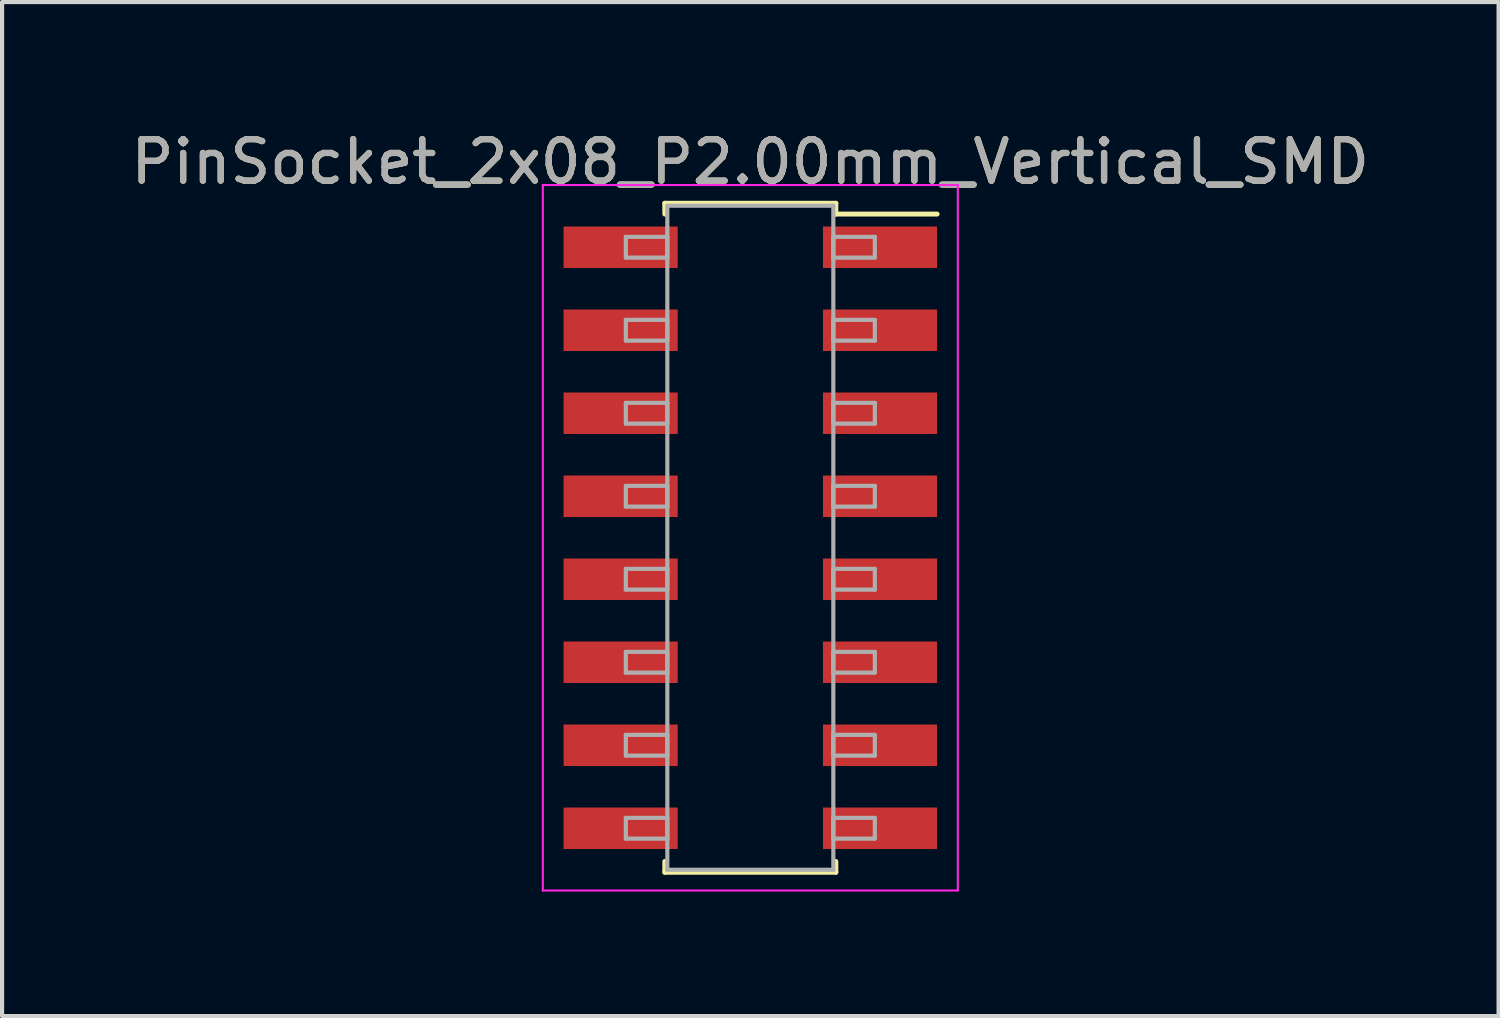
<source format=kicad_pcb>
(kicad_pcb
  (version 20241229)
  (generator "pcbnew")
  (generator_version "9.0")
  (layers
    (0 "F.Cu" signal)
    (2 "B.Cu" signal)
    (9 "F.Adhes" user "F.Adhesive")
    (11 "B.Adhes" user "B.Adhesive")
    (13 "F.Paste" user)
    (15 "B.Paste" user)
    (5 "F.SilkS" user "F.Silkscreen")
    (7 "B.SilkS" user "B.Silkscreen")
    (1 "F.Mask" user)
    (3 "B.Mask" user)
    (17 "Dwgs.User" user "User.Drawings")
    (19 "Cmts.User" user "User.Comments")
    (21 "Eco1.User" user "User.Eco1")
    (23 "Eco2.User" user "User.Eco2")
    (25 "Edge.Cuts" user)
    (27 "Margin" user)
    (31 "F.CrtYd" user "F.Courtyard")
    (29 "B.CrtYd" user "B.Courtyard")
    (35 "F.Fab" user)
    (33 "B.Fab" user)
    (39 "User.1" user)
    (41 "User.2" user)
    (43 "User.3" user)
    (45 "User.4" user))
  (footprint "PinSocket_2x08_P2.00mm_Vertical_SMD"
    (layer "F.Cu")
    (at 15.03 9.908)
    (property "Reference" "PinSocket_2x08_P2.00mm_Vertical_SMD" (at 0 -9.06 0) (layer "F.SilkS") (effects (font (size 1 1) (thickness 0.15))))
    (attr smd)
    (fp_line (start -2.06 -8.06) (end 2.06 -8.06) (stroke (width 0.12) (type solid)) (layer "F.SilkS"))
    (fp_line (start -2.06 -7.8) (end -2.06 -8.06) (stroke (width 0.12) (type solid)) (layer "F.SilkS"))
    (fp_line (start -2.06 7.8) (end -2.06 8.06) (stroke (width 0.12) (type solid)) (layer "F.SilkS"))
    (fp_line (start -2.06 8.06) (end 2.06 8.06) (stroke (width 0.12) (type solid)) (layer "F.SilkS"))
    (fp_line (start 2.06 -8.06) (end 2.06 -7.8) (stroke (width 0.12) (type solid)) (layer "F.SilkS"))
    (fp_line (start 2.06 8.06) (end 2.06 7.8) (stroke (width 0.12) (type solid)) (layer "F.SilkS"))
    (fp_line (start 4.5 -7.8) (end 2.06 -7.8) (stroke (width 0.12) (type solid)) (layer "F.SilkS"))
    (fp_line (start -5 -8.5) (end -5 8.5) (stroke (width 0.05) (type solid)) (layer "F.CrtYd"))
    (fp_line (start -5 8.5) (end 5 8.5) (stroke (width 0.05) (type solid)) (layer "F.CrtYd"))
    (fp_line (start 5 -8.5) (end -5 -8.5) (stroke (width 0.05) (type solid)) (layer "F.CrtYd"))
    (fp_line (start 5 8.5) (end 5 -8.5) (stroke (width 0.05) (type solid)) (layer "F.CrtYd"))
    (fp_line (start -3 -7.25) (end -2 -7.25) (stroke (width 0.1) (type solid)) (layer "F.Fab"))
    (fp_line (start -3 -6.75) (end -3 -7.25) (stroke (width 0.1) (type solid)) (layer "F.Fab"))
    (fp_line (start -3 -5.25) (end -2 -5.25) (stroke (width 0.1) (type solid)) (layer "F.Fab"))
    (fp_line (start -3 -4.75) (end -3 -5.25) (stroke (width 0.1) (type solid)) (layer "F.Fab"))
    (fp_line (start -3 -3.25) (end -2 -3.25) (stroke (width 0.1) (type solid)) (layer "F.Fab"))
    (fp_line (start -3 -2.75) (end -3 -3.25) (stroke (width 0.1) (type solid)) (layer "F.Fab"))
    (fp_line (start -3 -1.25) (end -2 -1.25) (stroke (width 0.1) (type solid)) (layer "F.Fab"))
    (fp_line (start -3 -0.75) (end -3 -1.25) (stroke (width 0.1) (type solid)) (layer "F.Fab"))
    (fp_line (start -3 0.75) (end -2 0.75) (stroke (width 0.1) (type solid)) (layer "F.Fab"))
    (fp_line (start -3 1.25) (end -3 0.75) (stroke (width 0.1) (type solid)) (layer "F.Fab"))
    (fp_line (start -3 2.75) (end -2 2.75) (stroke (width 0.1) (type solid)) (layer "F.Fab"))
    (fp_line (start -3 3.25) (end -3 2.75) (stroke (width 0.1) (type solid)) (layer "F.Fab"))
    (fp_line (start -3 4.75) (end -2 4.75) (stroke (width 0.1) (type solid)) (layer "F.Fab"))
    (fp_line (start -3 5.25) (end -3 4.75) (stroke (width 0.1) (type solid)) (layer "F.Fab"))
    (fp_line (start -3 6.75) (end -2 6.75) (stroke (width 0.1) (type solid)) (layer "F.Fab"))
    (fp_line (start -3 7.25) (end -3 6.75) (stroke (width 0.1) (type solid)) (layer "F.Fab"))
    (fp_line (start -2 -8) (end -2 8) (stroke (width 0.1) (type solid)) (layer "F.Fab"))
    (fp_line (start -2 -7.25) (end -2 -6.75) (stroke (width 0.1) (type solid)) (layer "F.Fab"))
    (fp_line (start -2 -6.75) (end -3 -6.75) (stroke (width 0.1) (type solid)) (layer "F.Fab"))
    (fp_line (start -2 -5.25) (end -2 -4.75) (stroke (width 0.1) (type solid)) (layer "F.Fab"))
    (fp_line (start -2 -4.75) (end -3 -4.75) (stroke (width 0.1) (type solid)) (layer "F.Fab"))
    (fp_line (start -2 -3.25) (end -2 -2.75) (stroke (width 0.1) (type solid)) (layer "F.Fab"))
    (fp_line (start -2 -2.75) (end -3 -2.75) (stroke (width 0.1) (type solid)) (layer "F.Fab"))
    (fp_line (start -2 -1.25) (end -2 -0.75) (stroke (width 0.1) (type solid)) (layer "F.Fab"))
    (fp_line (start -2 -0.75) (end -3 -0.75) (stroke (width 0.1) (type solid)) (layer "F.Fab"))
    (fp_line (start -2 0.75) (end -2 1.25) (stroke (width 0.1) (type solid)) (layer "F.Fab"))
    (fp_line (start -2 1.25) (end -3 1.25) (stroke (width 0.1) (type solid)) (layer "F.Fab"))
    (fp_line (start -2 2.75) (end -2 3.25) (stroke (width 0.1) (type solid)) (layer "F.Fab"))
    (fp_line (start -2 3.25) (end -3 3.25) (stroke (width 0.1) (type solid)) (layer "F.Fab"))
    (fp_line (start -2 4.75) (end -2 5.25) (stroke (width 0.1) (type solid)) (layer "F.Fab"))
    (fp_line (start -2 5.25) (end -3 5.25) (stroke (width 0.1) (type solid)) (layer "F.Fab"))
    (fp_line (start -2 6.75) (end -2 7.25) (stroke (width 0.1) (type solid)) (layer "F.Fab"))
    (fp_line (start -2 7.25) (end -3 7.25) (stroke (width 0.1) (type solid)) (layer "F.Fab"))
    (fp_line (start -2 8) (end 2 8) (stroke (width 0.1) (type solid)) (layer "F.Fab"))
    (fp_line (start 2 -8) (end -2 -8) (stroke (width 0.1) (type solid)) (layer "F.Fab"))
    (fp_line (start 2 -7.25) (end 2 -6.75) (stroke (width 0.1) (type solid)) (layer "F.Fab"))
    (fp_line (start 2 -6.75) (end 3 -6.75) (stroke (width 0.1) (type solid)) (layer "F.Fab"))
    (fp_line (start 2 -5.25) (end 2 -4.75) (stroke (width 0.1) (type solid)) (layer "F.Fab"))
    (fp_line (start 2 -4.75) (end 3 -4.75) (stroke (width 0.1) (type solid)) (layer "F.Fab"))
    (fp_line (start 2 -3.25) (end 2 -2.75) (stroke (width 0.1) (type solid)) (layer "F.Fab"))
    (fp_line (start 2 -2.75) (end 3 -2.75) (stroke (width 0.1) (type solid)) (layer "F.Fab"))
    (fp_line (start 2 -1.25) (end 2 -0.75) (stroke (width 0.1) (type solid)) (layer "F.Fab"))
    (fp_line (start 2 -0.75) (end 3 -0.75) (stroke (width 0.1) (type solid)) (layer "F.Fab"))
    (fp_line (start 2 0.75) (end 2 1.25) (stroke (width 0.1) (type solid)) (layer "F.Fab"))
    (fp_line (start 2 1.25) (end 3 1.25) (stroke (width 0.1) (type solid)) (layer "F.Fab"))
    (fp_line (start 2 2.75) (end 2 3.25) (stroke (width 0.1) (type solid)) (layer "F.Fab"))
    (fp_line (start 2 3.25) (end 3 3.25) (stroke (width 0.1) (type solid)) (layer "F.Fab"))
    (fp_line (start 2 4.75) (end 2 5.25) (stroke (width 0.1) (type solid)) (layer "F.Fab"))
    (fp_line (start 2 5.25) (end 3 5.25) (stroke (width 0.1) (type solid)) (layer "F.Fab"))
    (fp_line (start 2 6.75) (end 2 7.25) (stroke (width 0.1) (type solid)) (layer "F.Fab"))
    (fp_line (start 2 7.25) (end 3 7.25) (stroke (width 0.1) (type solid)) (layer "F.Fab"))
    (fp_line (start 2 8) (end 2 -8) (stroke (width 0.1) (type solid)) (layer "F.Fab"))
    (fp_line (start 3 -7.25) (end 2 -7.25) (stroke (width 0.1) (type solid)) (layer "F.Fab"))
    (fp_line (start 3 -6.75) (end 3 -7.25) (stroke (width 0.1) (type solid)) (layer "F.Fab"))
    (fp_line (start 3 -5.25) (end 2 -5.25) (stroke (width 0.1) (type solid)) (layer "F.Fab"))
    (fp_line (start 3 -4.75) (end 3 -5.25) (stroke (width 0.1) (type solid)) (layer "F.Fab"))
    (fp_line (start 3 -3.25) (end 2 -3.25) (stroke (width 0.1) (type solid)) (layer "F.Fab"))
    (fp_line (start 3 -2.75) (end 3 -3.25) (stroke (width 0.1) (type solid)) (layer "F.Fab"))
    (fp_line (start 3 -1.25) (end 2 -1.25) (stroke (width 0.1) (type solid)) (layer "F.Fab"))
    (fp_line (start 3 -0.75) (end 3 -1.25) (stroke (width 0.1) (type solid)) (layer "F.Fab"))
    (fp_line (start 3 0.75) (end 2 0.75) (stroke (width 0.1) (type solid)) (layer "F.Fab"))
    (fp_line (start 3 1.25) (end 3 0.75) (stroke (width 0.1) (type solid)) (layer "F.Fab"))
    (fp_line (start 3 2.75) (end 2 2.75) (stroke (width 0.1) (type solid)) (layer "F.Fab"))
    (fp_line (start 3 3.25) (end 3 2.75) (stroke (width 0.1) (type solid)) (layer "F.Fab"))
    (fp_line (start 3 4.75) (end 2 4.75) (stroke (width 0.1) (type solid)) (layer "F.Fab"))
    (fp_line (start 3 5.25) (end 3 4.75) (stroke (width 0.1) (type solid)) (layer "F.Fab"))
    (fp_line (start 3 6.75) (end 2 6.75) (stroke (width 0.1) (type solid)) (layer "F.Fab"))
    (fp_line (start 3 7.25) (end 3 6.75) (stroke (width 0.1) (type solid)) (layer "F.Fab"))
    (fp_text user "${REFERENCE}" (at 0 -9.06 0) (layer "F.Fab") (effects (font (size 1 1) (thickness 0.15))))
    (pad "1" smd rect (at 3.125 -7) (size 2.75 1) (layers "F.Cu" "F.Mask" "F.Paste"))
    (pad "2" smd rect (at -3.125 -7) (size 2.75 1) (layers "F.Cu" "F.Mask" "F.Paste"))
    (pad "3" smd rect (at 3.125 -5) (size 2.75 1) (layers "F.Cu" "F.Mask" "F.Paste"))
    (pad "4" smd rect (at -3.125 -5) (size 2.75 1) (layers "F.Cu" "F.Mask" "F.Paste"))
    (pad "5" smd rect (at 3.125 -3) (size 2.75 1) (layers "F.Cu" "F.Mask" "F.Paste"))
    (pad "6" smd rect (at -3.125 -3) (size 2.75 1) (layers "F.Cu" "F.Mask" "F.Paste"))
    (pad "7" smd rect (at 3.125 -1) (size 2.75 1) (layers "F.Cu" "F.Mask" "F.Paste"))
    (pad "8" smd rect (at -3.125 -1) (size 2.75 1) (layers "F.Cu" "F.Mask" "F.Paste"))
    (pad "9" smd rect (at 3.125 1) (size 2.75 1) (layers "F.Cu" "F.Mask" "F.Paste"))
    (pad "10" smd rect (at -3.125 1) (size 2.75 1) (layers "F.Cu" "F.Mask" "F.Paste"))
    (pad "11" smd rect (at 3.125 3) (size 2.75 1) (layers "F.Cu" "F.Mask" "F.Paste"))
    (pad "12" smd rect (at -3.125 3) (size 2.75 1) (layers "F.Cu" "F.Mask" "F.Paste"))
    (pad "13" smd rect (at 3.125 5) (size 2.75 1) (layers "F.Cu" "F.Mask" "F.Paste"))
    (pad "14" smd rect (at -3.125 5) (size 2.75 1) (layers "F.Cu" "F.Mask" "F.Paste"))
    (pad "15" smd rect (at 3.125 7) (size 2.75 1) (layers "F.Cu" "F.Mask" "F.Paste"))
    (pad "16" smd rect (at -3.125 7) (size 2.75 1) (layers "F.Cu" "F.Mask" "F.Paste")))
  (gr_rect
    (start -3 -3)
    (end 33.06 21.433)
    (stroke (width 0.1) (type default))
    (fill no)
    (layer "Edge.Cuts")))
</source>
